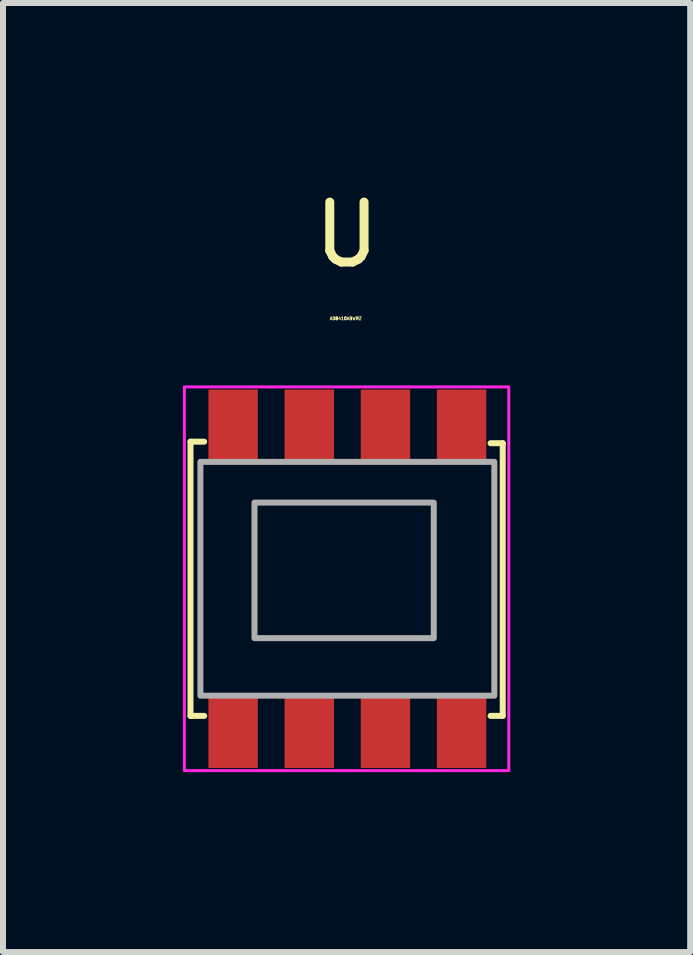
<source format=kicad_pcb>
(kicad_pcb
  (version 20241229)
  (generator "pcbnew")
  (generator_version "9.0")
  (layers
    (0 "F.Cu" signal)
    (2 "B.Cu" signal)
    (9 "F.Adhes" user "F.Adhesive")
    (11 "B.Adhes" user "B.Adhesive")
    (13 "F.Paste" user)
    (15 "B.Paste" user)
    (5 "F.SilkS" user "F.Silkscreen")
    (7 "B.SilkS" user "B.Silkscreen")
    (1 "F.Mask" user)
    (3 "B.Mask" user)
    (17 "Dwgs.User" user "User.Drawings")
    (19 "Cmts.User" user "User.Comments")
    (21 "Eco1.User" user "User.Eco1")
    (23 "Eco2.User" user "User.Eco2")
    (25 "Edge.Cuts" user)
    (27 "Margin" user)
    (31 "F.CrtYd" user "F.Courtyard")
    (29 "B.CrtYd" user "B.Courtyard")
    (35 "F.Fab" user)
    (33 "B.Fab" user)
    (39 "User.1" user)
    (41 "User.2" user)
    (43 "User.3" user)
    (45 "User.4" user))
  (footprint "AD8410ABWRZ"
    (layer "F.Cu")
    (at 2.743 6.602)
    (property "Reference" "AD8410ABWRZ" (at -0.028 -4.34 0) (unlocked yes) (layer "F.SilkS") (effects (font (size 0.05 0.05) (thickness 0.013))))
    (attr smd)
    (fp_line (start -2.616 -2.286) (end -2.388 -2.286) (stroke (width 0.1) (type default)) (layer "F.SilkS"))
    (fp_line (start -2.616 2.286) (end -2.616 -2.286) (stroke (width 0.1) (type default)) (layer "F.SilkS"))
    (fp_line (start -2.388 2.286) (end -2.616 2.286) (stroke (width 0.1) (type default)) (layer "F.SilkS"))
    (fp_line (start 2.388 -2.261) (end 2.591 -2.261) (stroke (width 0.1) (type default)) (layer "F.SilkS"))
    (fp_line (start 2.591 -2.261) (end 2.591 2.286) (stroke (width 0.1) (type default)) (layer "F.SilkS"))
    (fp_line (start 2.591 2.286) (end 2.388 2.286) (stroke (width 0.1) (type default)) (layer "F.SilkS"))
    (fp_rect (start -2.718 -3.2) (end 2.692 3.2) (stroke (width 0.05) (type default)) (fill no) (layer "F.CrtYd"))
    (fp_rect (start -2.451 -1.95) (end 2.451 1.95) (stroke (width 0.1) (type default)) (fill no) (layer "F.Fab"))
    (fp_rect (start -1.549 -1.27) (end 1.441 0.99) (stroke (width 0.1) (type default)) (fill no) (layer "F.Fab"))
    (fp_text user "U" (at -0.63 -5.152 0) (unlocked yes) (layer "F.SilkS") (effects (font (size 1 1) (thickness 0.15)) (justify left bottom)))
    (pad "1" smd rect (at -1.905 2.553) (size 0.824 1.206) (layers "F.Cu" "F.Mask" "F.Paste"))
    (pad "2" smd rect (at -0.635 2.553) (size 0.824 1.206) (layers "F.Cu" "F.Mask" "F.Paste"))
    (pad "3" smd rect (at 0.635 2.553) (size 0.824 1.206) (layers "F.Cu" "F.Mask" "F.Paste"))
    (pad "4" smd rect (at 1.905 2.553) (size 0.824 1.206) (layers "F.Cu" "F.Mask" "F.Paste"))
    (pad "5" smd rect (at 1.905 -2.553) (size 0.824 1.206) (layers "F.Cu" "F.Mask" "F.Paste"))
    (pad "6" smd rect (at 0.635 -2.553) (size 0.824 1.206) (layers "F.Cu" "F.Mask" "F.Paste"))
    (pad "7" smd rect (at -0.635 -2.553) (size 0.824 1.206) (layers "F.Cu" "F.Mask" "F.Paste"))
    (pad "8" smd rect (at -1.905 -2.553) (size 0.824 1.206) (layers "F.Cu" "F.Mask" "F.Paste")))
  (gr_rect
    (start -3 -3)
    (end 8.46 12.827)
    (stroke (width 0.1) (type default))
    (fill no)
    (layer "Edge.Cuts")))
</source>
